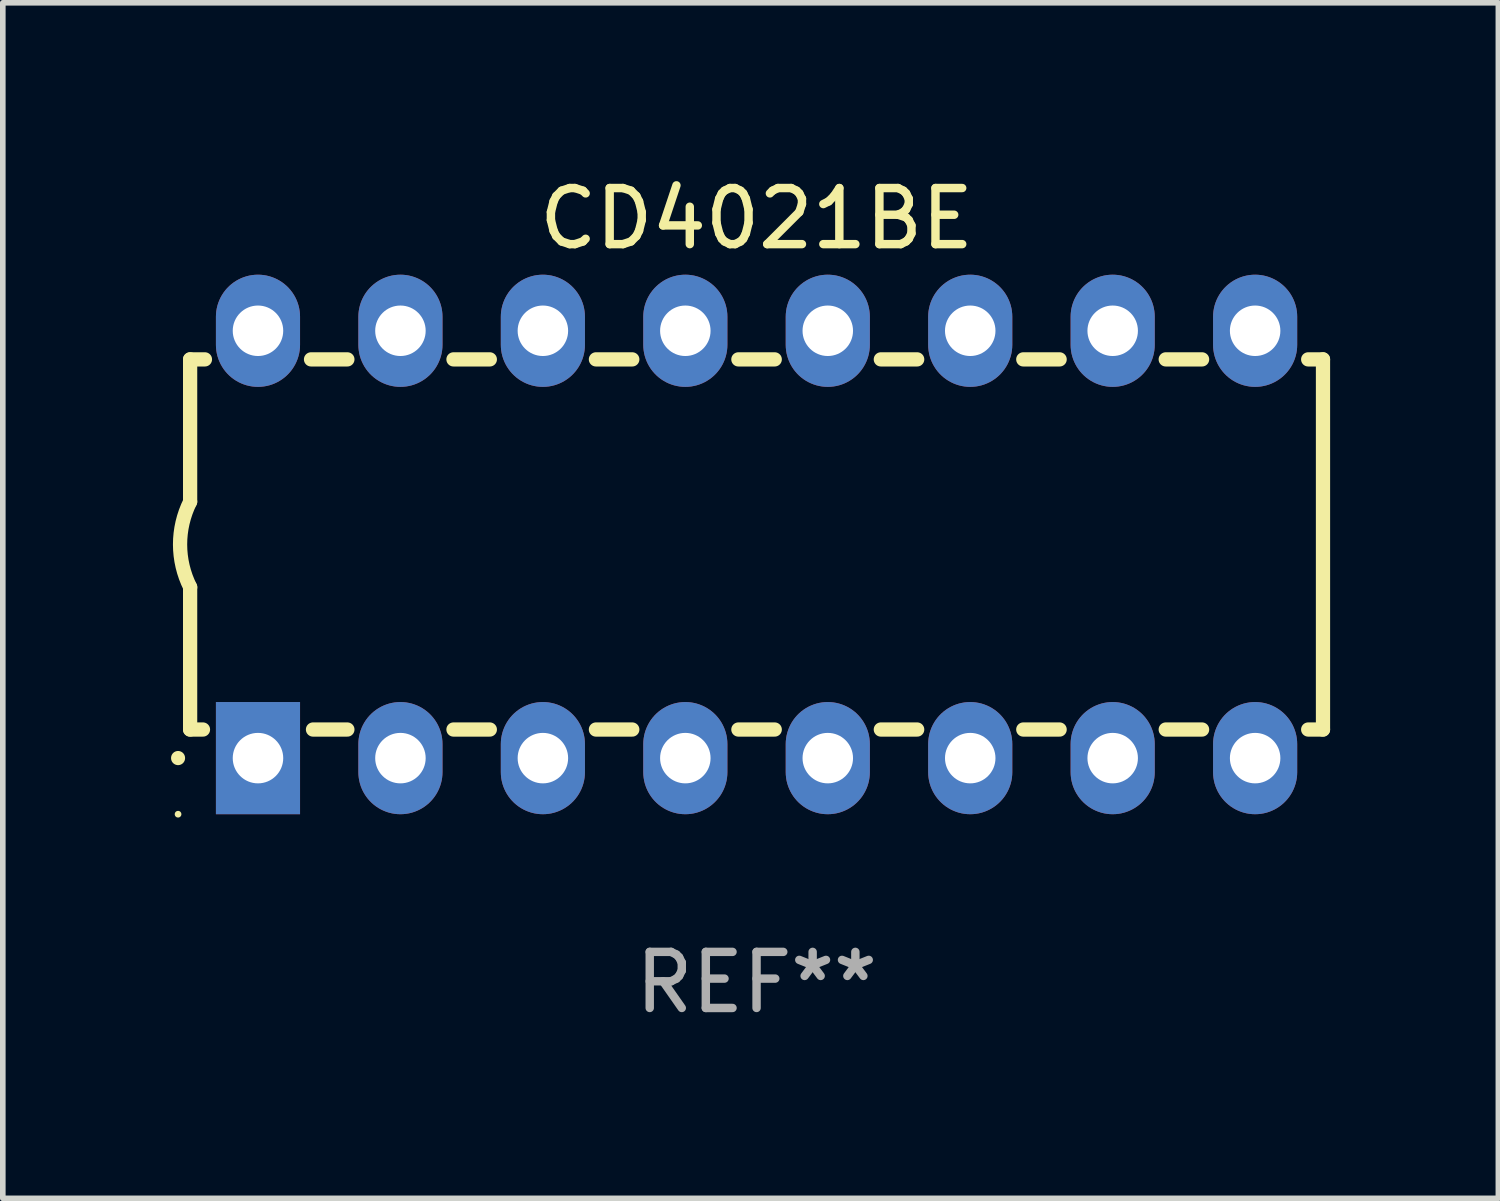
<source format=kicad_pcb>
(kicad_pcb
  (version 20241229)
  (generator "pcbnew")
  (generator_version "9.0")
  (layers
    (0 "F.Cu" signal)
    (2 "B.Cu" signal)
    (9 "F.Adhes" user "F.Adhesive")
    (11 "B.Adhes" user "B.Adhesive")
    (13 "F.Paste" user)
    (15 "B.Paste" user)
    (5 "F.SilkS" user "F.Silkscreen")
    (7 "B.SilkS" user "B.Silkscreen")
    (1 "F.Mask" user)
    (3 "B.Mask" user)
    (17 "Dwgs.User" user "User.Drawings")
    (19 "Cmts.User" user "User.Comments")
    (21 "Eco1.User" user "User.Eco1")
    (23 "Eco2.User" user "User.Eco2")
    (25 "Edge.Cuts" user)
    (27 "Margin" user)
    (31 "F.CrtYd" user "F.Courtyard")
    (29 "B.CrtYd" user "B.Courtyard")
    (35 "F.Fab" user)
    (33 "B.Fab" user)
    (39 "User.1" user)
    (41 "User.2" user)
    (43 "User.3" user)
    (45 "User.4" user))
  (footprint "CD4021BE"
    (layer "F.Cu")
    (at 10.44 6.658)
    (property "Reference" "CD4021BE" (at 0 -5.81 0) (layer "F.SilkS") (effects (font (size 1 1) (thickness 0.15))))
    (attr through_hole)
    (fp_line (start -10.1 -3.3) (end -10.1 -0.762) (stroke (width 0.254) (type solid)) (layer "F.SilkS"))
    (fp_line (start -10.1 -3.3) (end -9.836 -3.3) (stroke (width 0.254) (type solid)) (layer "F.SilkS"))
    (fp_line (start -10.1 3.3) (end -10.1 0.762) (stroke (width 0.254) (type solid)) (layer "F.SilkS"))
    (fp_line (start -9.871 3.3) (end -10.1 3.3) (stroke (width 0.254) (type solid)) (layer "F.SilkS"))
    (fp_line (start -7.944 -3.3) (end -7.296 -3.3) (stroke (width 0.254) (type solid)) (layer "F.SilkS"))
    (fp_line (start -7.296 3.3) (end -7.909 3.3) (stroke (width 0.254) (type solid)) (layer "F.SilkS"))
    (fp_line (start -5.404 -3.3) (end -4.756 -3.3) (stroke (width 0.254) (type solid)) (layer "F.SilkS"))
    (fp_line (start -4.756 3.3) (end -5.404 3.3) (stroke (width 0.254) (type solid)) (layer "F.SilkS"))
    (fp_line (start -2.864 -3.3) (end -2.216 -3.3) (stroke (width 0.254) (type solid)) (layer "F.SilkS"))
    (fp_line (start -2.216 3.3) (end -2.864 3.3) (stroke (width 0.254) (type solid)) (layer "F.SilkS"))
    (fp_line (start -0.324 -3.3) (end 0.324 -3.3) (stroke (width 0.254) (type solid)) (layer "F.SilkS"))
    (fp_line (start 0.324 3.3) (end -0.324 3.3) (stroke (width 0.254) (type solid)) (layer "F.SilkS"))
    (fp_line (start 2.216 -3.3) (end 2.864 -3.3) (stroke (width 0.254) (type solid)) (layer "F.SilkS"))
    (fp_line (start 2.864 3.3) (end 2.216 3.3) (stroke (width 0.254) (type solid)) (layer "F.SilkS"))
    (fp_line (start 4.756 -3.3) (end 5.404 -3.3) (stroke (width 0.254) (type solid)) (layer "F.SilkS"))
    (fp_line (start 5.404 3.3) (end 4.756 3.3) (stroke (width 0.254) (type solid)) (layer "F.SilkS"))
    (fp_line (start 7.296 -3.3) (end 7.944 -3.3) (stroke (width 0.254) (type solid)) (layer "F.SilkS"))
    (fp_line (start 7.944 3.3) (end 7.296 3.3) (stroke (width 0.254) (type solid)) (layer "F.SilkS"))
    (fp_line (start 9.836 -3.3) (end 10.1 -3.3) (stroke (width 0.254) (type solid)) (layer "F.SilkS"))
    (fp_line (start 10.1 3.3) (end 9.836 3.3) (stroke (width 0.254) (type solid)) (layer "F.SilkS"))
    (fp_line (start 10.1 3.3) (end 10.1 -3.3) (stroke (width 0.254) (type solid)) (layer "F.SilkS"))
    (fp_arc (start -10.314948 3.810008) (mid -10.314955 3.808738) (end -10.314948 3.807468) (stroke (width 0.25) (type solid)) (layer "F.SilkS"))
    (fp_arc (start -10.099048 0.762001) (mid -10.279271 0.000116) (end -10.100038 -0.762002) (stroke (width 0.254001) (type solid)) (layer "F.SilkS"))
    (fp_circle (center -10.315 4.81) (end -10.285 4.81) (stroke (width 0.06) (type solid)) (fill no) (layer "F.SilkS"))
    (fp_text user "REF**" (at 0 7.81 0) (layer "F.Fab") (effects (font (size 1 1) (thickness 0.15))))
    (pad "1" thru_hole rect (at -8.89 3.81 90) (size 2 1.5) (drill 0.9) (layers "*.Cu" "*.Mask"))
    (pad "2" thru_hole oval (at -6.35 3.81 90) (size 2 1.5) (drill 0.9) (layers "*.Cu" "*.Mask"))
    (pad "3" thru_hole oval (at -3.81 3.81 90) (size 2 1.5) (drill 0.9) (layers "*.Cu" "*.Mask"))
    (pad "4" thru_hole oval (at -1.27 3.81 90) (size 2 1.5) (drill 0.9) (layers "*.Cu" "*.Mask"))
    (pad "5" thru_hole oval (at 1.27 3.81 90) (size 2 1.5) (drill 0.9) (layers "*.Cu" "*.Mask"))
    (pad "6" thru_hole oval (at 3.81 3.81 90) (size 2 1.5) (drill 0.9) (layers "*.Cu" "*.Mask"))
    (pad "7" thru_hole oval (at 6.35 3.81 90) (size 2 1.5) (drill 0.9) (layers "*.Cu" "*.Mask"))
    (pad "8" thru_hole oval (at 8.89 3.81 90) (size 2 1.5) (drill 0.9) (layers "*.Cu" "*.Mask"))
    (pad "9" thru_hole oval (at 8.89 -3.81 90) (size 2 1.5) (drill 0.9) (layers "*.Cu" "*.Mask"))
    (pad "10" thru_hole oval (at 6.35 -3.81 90) (size 2 1.5) (drill 0.9) (layers "*.Cu" "*.Mask"))
    (pad "11" thru_hole oval (at 3.81 -3.81 90) (size 2 1.5) (drill 0.9) (layers "*.Cu" "*.Mask"))
    (pad "12" thru_hole oval (at 1.27 -3.81 90) (size 2 1.5) (drill 0.9) (layers "*.Cu" "*.Mask"))
    (pad "13" thru_hole oval (at -1.27 -3.81 90) (size 2 1.5) (drill 0.9) (layers "*.Cu" "*.Mask"))
    (pad "14" thru_hole oval (at -3.81 -3.81 90) (size 2 1.5) (drill 0.9) (layers "*.Cu" "*.Mask"))
    (pad "15" thru_hole oval (at -6.35 -3.81 90) (size 2 1.5) (drill 0.9) (layers "*.Cu" "*.Mask"))
    (pad "16" thru_hole oval (at -8.89 -3.81 90) (size 2 1.5) (drill 0.9) (layers "*.Cu" "*.Mask")))
  (gr_rect
    (start -3 -3)
    (end 23.667 18.317)
    (stroke (width 0.1) (type default))
    (fill no)
    (layer "Edge.Cuts")))
</source>
